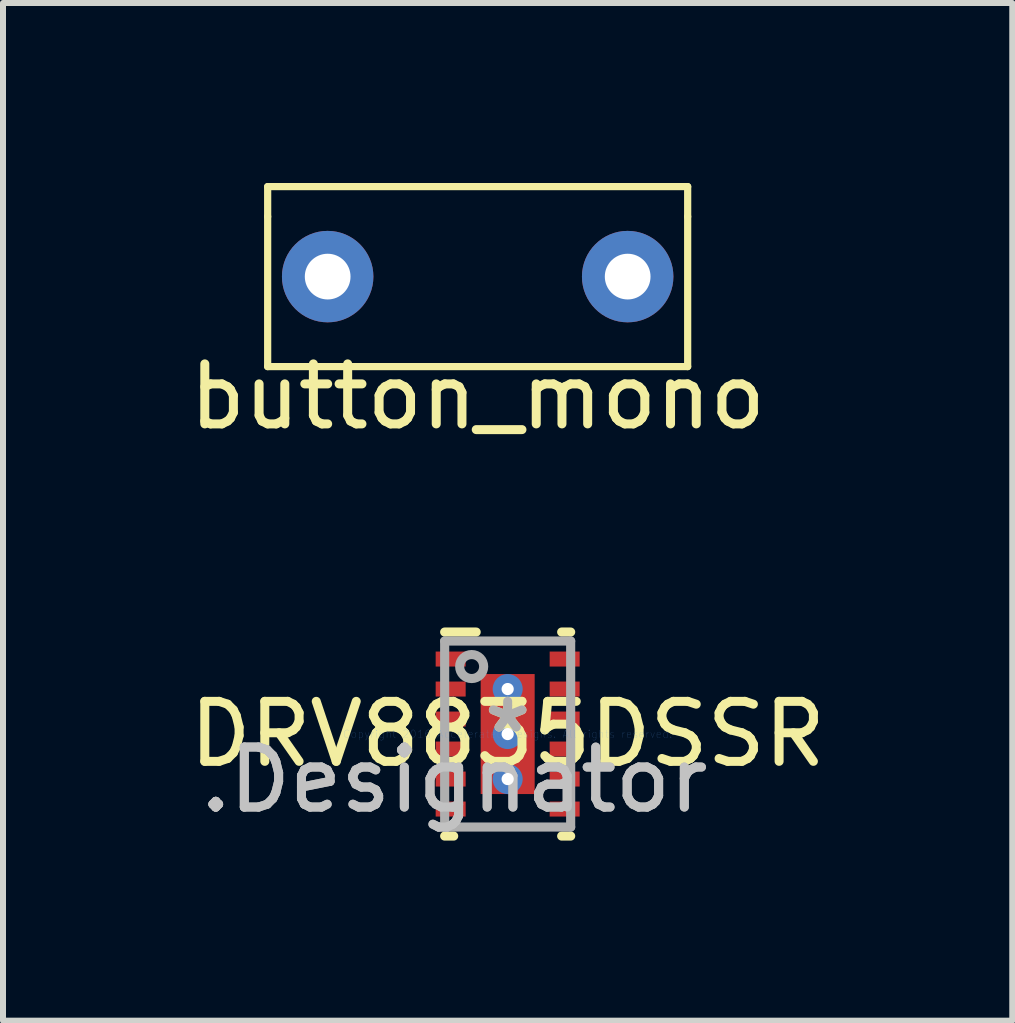
<source format=kicad_pcb>
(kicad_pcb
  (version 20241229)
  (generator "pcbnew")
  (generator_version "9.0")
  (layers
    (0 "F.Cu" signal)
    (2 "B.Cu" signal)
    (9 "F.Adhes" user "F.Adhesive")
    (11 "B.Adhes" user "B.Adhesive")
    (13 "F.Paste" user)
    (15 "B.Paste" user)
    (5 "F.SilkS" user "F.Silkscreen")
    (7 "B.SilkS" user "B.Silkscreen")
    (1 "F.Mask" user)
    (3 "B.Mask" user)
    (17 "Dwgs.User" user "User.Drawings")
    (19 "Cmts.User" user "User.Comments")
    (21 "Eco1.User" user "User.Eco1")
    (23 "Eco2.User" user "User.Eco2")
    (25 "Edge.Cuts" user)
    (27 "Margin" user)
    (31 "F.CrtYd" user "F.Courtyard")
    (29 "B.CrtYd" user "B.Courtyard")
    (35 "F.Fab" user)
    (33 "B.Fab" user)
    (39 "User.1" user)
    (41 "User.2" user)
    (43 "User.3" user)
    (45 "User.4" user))
  (footprint "DRV8835DSSR"
    (layer "F.Cu")
    (at 5.411 9.184)
    (property "Reference" "DRV8835DSSR" (at 0 0 0) (layer "F.SilkS") (effects (font (size 1 1) (thickness 0.15))))
    (attr through_hole)
    (fp_line (start -1.05 1.7) (end -0.9 1.7) (stroke (width 0.152) (type solid)) (layer "F.SilkS"))
    (fp_line (start -1.05 -1.7) (end -0.525 -1.7) (stroke (width 0.152) (type solid)) (layer "F.SilkS"))
    (fp_line (start 0.9 -1.7) (end 1.05 -1.7) (stroke (width 0.152) (type solid)) (layer "F.SilkS"))
    (fp_line (start 0.9 1.7) (end 1.05 1.7) (stroke (width 0.152) (type solid)) (layer "F.SilkS"))
    (fp_line (start -0.45 -0.95) (end -0.449 -0.96) (stroke (width 0.152) (type solid)) (layer "F.Paste"))
    (fp_line (start -0.45 -0.149) (end -0.45 -0.95) (stroke (width 0.152) (type solid)) (layer "F.Paste"))
    (fp_line (start -0.45 0.149) (end -0.449 0.14) (stroke (width 0.152) (type solid)) (layer "F.Paste"))
    (fp_line (start -0.45 0.95) (end -0.45 0.149) (stroke (width 0.152) (type solid)) (layer "F.Paste"))
    (fp_line (start -0.449 -0.96) (end -0.446 -0.969) (stroke (width 0.152) (type solid)) (layer "F.Paste"))
    (fp_line (start -0.449 -0.14) (end -0.45 -0.149) (stroke (width 0.152) (type solid)) (layer "F.Paste"))
    (fp_line (start -0.449 0.14) (end -0.446 0.131) (stroke (width 0.152) (type solid)) (layer "F.Paste"))
    (fp_line (start -0.449 0.96) (end -0.45 0.95) (stroke (width 0.152) (type solid)) (layer "F.Paste"))
    (fp_line (start -0.446 -0.969) (end -0.442 -0.978) (stroke (width 0.152) (type solid)) (layer "F.Paste"))
    (fp_line (start -0.446 -0.131) (end -0.449 -0.14) (stroke (width 0.152) (type solid)) (layer "F.Paste"))
    (fp_line (start -0.446 0.131) (end -0.442 0.122) (stroke (width 0.152) (type solid)) (layer "F.Paste"))
    (fp_line (start -0.446 0.969) (end -0.449 0.96) (stroke (width 0.152) (type solid)) (layer "F.Paste"))
    (fp_line (start -0.442 -0.978) (end -0.436 -0.986) (stroke (width 0.152) (type solid)) (layer "F.Paste"))
    (fp_line (start -0.442 -0.122) (end -0.446 -0.131) (stroke (width 0.152) (type solid)) (layer "F.Paste"))
    (fp_line (start -0.442 0.122) (end -0.436 0.114) (stroke (width 0.152) (type solid)) (layer "F.Paste"))
    (fp_line (start -0.442 0.978) (end -0.446 0.969) (stroke (width 0.152) (type solid)) (layer "F.Paste"))
    (fp_line (start -0.436 -0.986) (end -0.428 -0.992) (stroke (width 0.152) (type solid)) (layer "F.Paste"))
    (fp_line (start -0.436 -0.114) (end -0.442 -0.122) (stroke (width 0.152) (type solid)) (layer "F.Paste"))
    (fp_line (start -0.436 0.114) (end -0.428 0.108) (stroke (width 0.152) (type solid)) (layer "F.Paste"))
    (fp_line (start -0.436 0.986) (end -0.442 0.978) (stroke (width 0.152) (type solid)) (layer "F.Paste"))
    (fp_line (start -0.428 -0.992) (end -0.419 -0.996) (stroke (width 0.152) (type solid)) (layer "F.Paste"))
    (fp_line (start -0.428 -0.108) (end -0.436 -0.114) (stroke (width 0.152) (type solid)) (layer "F.Paste"))
    (fp_line (start -0.428 0.108) (end -0.419 0.104) (stroke (width 0.152) (type solid)) (layer "F.Paste"))
    (fp_line (start -0.428 0.992) (end -0.436 0.986) (stroke (width 0.152) (type solid)) (layer "F.Paste"))
    (fp_line (start -0.419 -0.996) (end -0.41 -0.999) (stroke (width 0.152) (type solid)) (layer "F.Paste"))
    (fp_line (start -0.419 -0.104) (end -0.428 -0.108) (stroke (width 0.152) (type solid)) (layer "F.Paste"))
    (fp_line (start -0.419 0.104) (end -0.41 0.101) (stroke (width 0.152) (type solid)) (layer "F.Paste"))
    (fp_line (start -0.419 0.996) (end -0.428 0.992) (stroke (width 0.152) (type solid)) (layer "F.Paste"))
    (fp_line (start -0.41 -0.999) (end -0.401 -1) (stroke (width 0.152) (type solid)) (layer "F.Paste"))
    (fp_line (start -0.41 -0.101) (end -0.419 -0.104) (stroke (width 0.152) (type solid)) (layer "F.Paste"))
    (fp_line (start -0.41 0.101) (end -0.401 0.1) (stroke (width 0.152) (type solid)) (layer "F.Paste"))
    (fp_line (start -0.41 0.999) (end -0.419 0.996) (stroke (width 0.152) (type solid)) (layer "F.Paste"))
    (fp_line (start -0.401 -1) (end 0.4 -1) (stroke (width 0.152) (type solid)) (layer "F.Paste"))
    (fp_line (start -0.401 -0.1) (end -0.41 -0.101) (stroke (width 0.152) (type solid)) (layer "F.Paste"))
    (fp_line (start -0.401 0.1) (end 0.4 0.1) (stroke (width 0.152) (type solid)) (layer "F.Paste"))
    (fp_line (start -0.401 1) (end -0.41 0.999) (stroke (width 0.152) (type solid)) (layer "F.Paste"))
    (fp_line (start 0.4 -1) (end 0.41 -0.999) (stroke (width 0.152) (type solid)) (layer "F.Paste"))
    (fp_line (start 0.4 -0.1) (end -0.401 -0.1) (stroke (width 0.152) (type solid)) (layer "F.Paste"))
    (fp_line (start 0.4 0.1) (end 0.41 0.101) (stroke (width 0.152) (type solid)) (layer "F.Paste"))
    (fp_line (start 0.4 1) (end -0.401 1) (stroke (width 0.152) (type solid)) (layer "F.Paste"))
    (fp_line (start 0.41 -0.999) (end 0.419 -0.996) (stroke (width 0.152) (type solid)) (layer "F.Paste"))
    (fp_line (start 0.41 -0.101) (end 0.4 -0.1) (stroke (width 0.152) (type solid)) (layer "F.Paste"))
    (fp_line (start 0.41 0.101) (end 0.419 0.104) (stroke (width 0.152) (type solid)) (layer "F.Paste"))
    (fp_line (start 0.41 0.999) (end 0.4 1) (stroke (width 0.152) (type solid)) (layer "F.Paste"))
    (fp_line (start 0.419 -0.996) (end 0.428 -0.992) (stroke (width 0.152) (type solid)) (layer "F.Paste"))
    (fp_line (start 0.419 -0.104) (end 0.41 -0.101) (stroke (width 0.152) (type solid)) (layer "F.Paste"))
    (fp_line (start 0.419 0.104) (end 0.428 0.108) (stroke (width 0.152) (type solid)) (layer "F.Paste"))
    (fp_line (start 0.419 0.996) (end 0.41 0.999) (stroke (width 0.152) (type solid)) (layer "F.Paste"))
    (fp_line (start 0.428 -0.992) (end 0.436 -0.986) (stroke (width 0.152) (type solid)) (layer "F.Paste"))
    (fp_line (start 0.428 -0.108) (end 0.419 -0.104) (stroke (width 0.152) (type solid)) (layer "F.Paste"))
    (fp_line (start 0.428 0.108) (end 0.436 0.114) (stroke (width 0.152) (type solid)) (layer "F.Paste"))
    (fp_line (start 0.428 0.992) (end 0.419 0.996) (stroke (width 0.152) (type solid)) (layer "F.Paste"))
    (fp_line (start 0.436 -0.986) (end 0.442 -0.978) (stroke (width 0.152) (type solid)) (layer "F.Paste"))
    (fp_line (start 0.436 -0.114) (end 0.428 -0.108) (stroke (width 0.152) (type solid)) (layer "F.Paste"))
    (fp_line (start 0.436 0.114) (end 0.442 0.122) (stroke (width 0.152) (type solid)) (layer "F.Paste"))
    (fp_line (start 0.436 0.986) (end 0.428 0.992) (stroke (width 0.152) (type solid)) (layer "F.Paste"))
    (fp_line (start 0.442 -0.978) (end 0.446 -0.969) (stroke (width 0.152) (type solid)) (layer "F.Paste"))
    (fp_line (start 0.442 -0.122) (end 0.436 -0.114) (stroke (width 0.152) (type solid)) (layer "F.Paste"))
    (fp_line (start 0.442 0.122) (end 0.446 0.131) (stroke (width 0.152) (type solid)) (layer "F.Paste"))
    (fp_line (start 0.442 0.978) (end 0.436 0.986) (stroke (width 0.152) (type solid)) (layer "F.Paste"))
    (fp_line (start 0.446 -0.969) (end 0.449 -0.96) (stroke (width 0.152) (type solid)) (layer "F.Paste"))
    (fp_line (start 0.446 -0.131) (end 0.442 -0.122) (stroke (width 0.152) (type solid)) (layer "F.Paste"))
    (fp_line (start 0.446 0.131) (end 0.449 0.14) (stroke (width 0.152) (type solid)) (layer "F.Paste"))
    (fp_line (start 0.446 0.969) (end 0.442 0.978) (stroke (width 0.152) (type solid)) (layer "F.Paste"))
    (fp_line (start 0.449 -0.96) (end 0.45 -0.95) (stroke (width 0.152) (type solid)) (layer "F.Paste"))
    (fp_line (start 0.449 -0.14) (end 0.446 -0.131) (stroke (width 0.152) (type solid)) (layer "F.Paste"))
    (fp_line (start 0.449 0.14) (end 0.45 0.149) (stroke (width 0.152) (type solid)) (layer "F.Paste"))
    (fp_line (start 0.449 0.96) (end 0.446 0.969) (stroke (width 0.152) (type solid)) (layer "F.Paste"))
    (fp_line (start 0.45 -0.95) (end 0.45 -0.149) (stroke (width 0.152) (type solid)) (layer "F.Paste"))
    (fp_line (start 0.45 -0.149) (end 0.449 -0.14) (stroke (width 0.152) (type solid)) (layer "F.Paste"))
    (fp_line (start 0.45 0.149) (end 0.45 0.95) (stroke (width 0.152) (type solid)) (layer "F.Paste"))
    (fp_line (start 0.45 0.95) (end 0.449 0.96) (stroke (width 0.152) (type solid)) (layer "F.Paste"))
    (fp_line (start -1.05 -1.55) (end 1.05 -1.55) (stroke (width 0.152) (type solid)) (layer "F.Fab"))
    (fp_line (start -1.05 1.55) (end -1.05 -1.55) (stroke (width 0.152) (type solid)) (layer "F.Fab"))
    (fp_line (start -1.05 1.55) (end 1.05 1.55) (stroke (width 0.152) (type solid)) (layer "F.Fab"))
    (fp_line (start 1.05 1.55) (end 1.05 -1.55) (stroke (width 0.152) (type solid)) (layer "F.Fab"))
    (fp_circle (center -0.6 -1.125) (end -0.4 -1.125) (stroke (width 0.152) (type solid)) (fill no) (layer "F.Fab"))
    (fp_text user "*" (at 0 0 0) (layer "F.SilkS") (effects (font (size 1 1) (thickness 0.15))))
    (fp_text user ".Designator" (at -0.889 0.762 0) (layer "Dwgs.User") (effects (font (size 1 1) (thickness 0.15))))
    (fp_text user "Copyright 2016 Accelerated Designs. All rights reserved." (at 0 0 0) (layer "Cmts.User") (effects (font (size 0.127 0.127) (thickness 0.002))))
    (fp_text user "*" (at 0 0 0) (layer "F.Fab") (effects (font (size 1 1) (thickness 0.15))))
    (fp_text user ".Designator" (at -0.889 0.762 0) (layer "F.Fab") (effects (font (size 1 1) (thickness 0.15))))
    (pad "1" smd rect (at -0.95 -1.25 90) (size 0.25 0.5) (layers "F.Cu" "F.Mask" "F.Paste"))
    (pad "2" smd rect (at -0.95 -0.75 90) (size 0.25 0.5) (layers "F.Cu" "F.Mask" "F.Paste"))
    (pad "3" smd rect (at -0.95 -0.25 90) (size 0.25 0.5) (layers "F.Cu" "F.Mask" "F.Paste"))
    (pad "4" smd rect (at -0.95 0.25 90) (size 0.25 0.5) (layers "F.Cu" "F.Mask" "F.Paste"))
    (pad "5" smd rect (at -0.95 0.75 90) (size 0.25 0.5) (layers "F.Cu" "F.Mask" "F.Paste"))
    (pad "6" smd rect (at -0.95 1.25 90) (size 0.25 0.5) (layers "F.Cu" "F.Mask" "F.Paste"))
    (pad "7" smd rect (at 0.95 1.25 90) (size 0.25 0.5) (layers "F.Cu" "F.Mask" "F.Paste"))
    (pad "8" smd rect (at 0.95 0.75 90) (size 0.25 0.5) (layers "F.Cu" "F.Mask" "F.Paste"))
    (pad "9" smd rect (at 0.95 0.25 90) (size 0.25 0.5) (layers "F.Cu" "F.Mask" "F.Paste"))
    (pad "10" smd rect (at 0.95 -0.25 90) (size 0.25 0.5) (layers "F.Cu" "F.Mask" "F.Paste"))
    (pad "11" smd rect (at 0.95 -0.75 90) (size 0.25 0.5) (layers "F.Cu" "F.Mask" "F.Paste"))
    (pad "12" smd rect (at 0.95 -1.25 90) (size 0.25 0.5) (layers "F.Cu" "F.Mask" "F.Paste"))
    (pad "13" smd rect (at 0 0) (size 0.9 2) (layers "F.Cu" "F.Mask" "F.Paste"))
    (pad "V" thru_hole circle (at -0.000003 -0.75) (size 0.5 0.5) (drill 0.203) (layers "*.Cu" "*.Mask"))
    (pad "V" thru_hole circle (at -0.000003 0) (size 0.5 0.5) (drill 0.203) (layers "*.Cu" "*.Mask"))
    (pad "V" thru_hole circle (at -0.000003 0.75) (size 0.5 0.5) (drill 0.203) (layers "*.Cu" "*.Mask")))
  (footprint "button_mono"
    (layer "F.Cu")
    (at 4.911 1.56)
    (property "Reference" "button_mono" (at 0 2 0) (layer "F.SilkS") (effects (font (size 1 1) (thickness 0.15))))
    (attr through_hole)
    (fp_line (start -3.5 -1.5) (end -3.5 -1) (stroke (width 0.12) (type solid)) (layer "F.SilkS"))
    (fp_line (start -3.5 -1) (end -3.5 1.5) (stroke (width 0.12) (type solid)) (layer "F.SilkS"))
    (fp_line (start -3.5 1.5) (end 3.5 1.5) (stroke (width 0.12) (type solid)) (layer "F.SilkS"))
    (fp_line (start 3.5 -1.5) (end -3.5 -1.5) (stroke (width 0.12) (type solid)) (layer "F.SilkS"))
    (fp_line (start 3.5 -1) (end 3.5 -1.5) (stroke (width 0.12) (type solid)) (layer "F.SilkS"))
    (fp_line (start 3.5 1.5) (end 3.5 -1) (stroke (width 0.12) (type solid)) (layer "F.SilkS"))
    (pad "1" thru_hole circle (at -2.5 0) (size 1.524 1.524) (drill 0.762) (layers "*.Cu" "*.Mask"))
    (pad "2" thru_hole circle (at 2.5 0) (size 1.524 1.524) (drill 0.762) (layers "*.Cu" "*.Mask")))
  (gr_rect
    (start -3 -3)
    (end 13.821 13.961)
    (stroke (width 0.1) (type default))
    (fill no)
    (layer "Edge.Cuts")))
</source>
